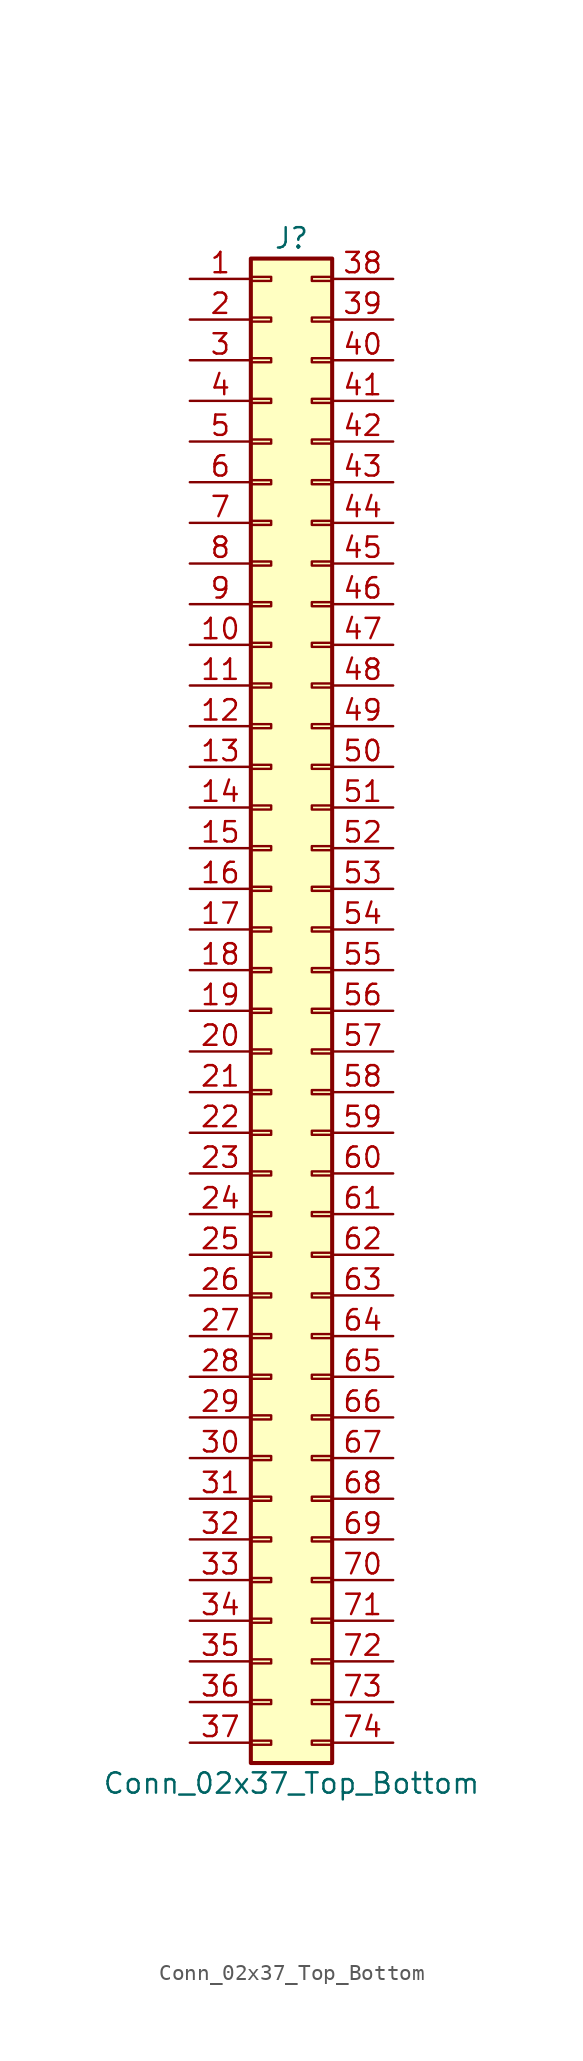
<source format=kicad_sym>
(kicad_symbol_lib
  (version 20201005)
  (generator kicad_symbol_editor)
  (symbol "Conn_02x37_Top_Bottom"
    (pin_names
      (offset 1.016) hide)
    (property "Reference" "J"
      (at 1.27 48.26 0)
      (effects (font (size 1.27 1.27))))
    (property "Value" "Conn_02x37_Top_Bottom"
      (at 1.27 -48.26 0)
      (effects (font (size 1.27 1.27))))
    (symbol "Conn_02x37_Top_Bottom_1_1"
      (rectangle (start -1.27 -45.593) (end 0 -45.847) (stroke (width 0.152)) (fill (type none)))
      (rectangle (start -1.27 -43.053) (end 0 -43.307) (stroke (width 0.152)) (fill (type none)))
      (rectangle (start -1.27 -40.513) (end 0 -40.767) (stroke (width 0.152)) (fill (type none)))
      (rectangle (start -1.27 -37.973) (end 0 -38.227) (stroke (width 0.152)) (fill (type none)))
      (rectangle (start -1.27 -35.433) (end 0 -35.687) (stroke (width 0.152)) (fill (type none)))
      (rectangle (start -1.27 -32.893) (end 0 -33.147) (stroke (width 0.152)) (fill (type none)))
      (rectangle (start -1.27 -30.353) (end 0 -30.607) (stroke (width 0.152)) (fill (type none)))
      (rectangle (start -1.27 -27.813) (end 0 -28.067) (stroke (width 0.152)) (fill (type none)))
      (rectangle (start -1.27 -25.273) (end 0 -25.527) (stroke (width 0.152)) (fill (type none)))
      (rectangle (start -1.27 -22.733) (end 0 -22.987) (stroke (width 0.152)) (fill (type none)))
      (rectangle (start -1.27 -20.193) (end 0 -20.447) (stroke (width 0.152)) (fill (type none)))
      (rectangle (start -1.27 -17.653) (end 0 -17.907) (stroke (width 0.152)) (fill (type none)))
      (rectangle (start -1.27 -15.113) (end 0 -15.367) (stroke (width 0.152)) (fill (type none)))
      (rectangle (start -1.27 -12.573) (end 0 -12.827) (stroke (width 0.152)) (fill (type none)))
      (rectangle (start -1.27 -10.033) (end 0 -10.287) (stroke (width 0.152)) (fill (type none)))
      (rectangle (start -1.27 -7.493) (end 0 -7.747) (stroke (width 0.152)) (fill (type none)))
      (rectangle (start -1.27 -4.953) (end 0 -5.207) (stroke (width 0.152)) (fill (type none)))
      (rectangle (start -1.27 -2.413) (end 0 -2.667) (stroke (width 0.152)) (fill (type none)))
      (rectangle (start -1.27 0.127) (end 0 -0.127) (stroke (width 0.152)) (fill (type none)))
      (rectangle (start -1.27 2.667) (end 0 2.413) (stroke (width 0.152)) (fill (type none)))
      (rectangle (start -1.27 5.207) (end 0 4.953) (stroke (width 0.152)) (fill (type none)))
      (rectangle (start -1.27 7.747) (end 0 7.493) (stroke (width 0.152)) (fill (type none)))
      (rectangle (start -1.27 10.287) (end 0 10.033) (stroke (width 0.152)) (fill (type none)))
      (rectangle (start -1.27 12.827) (end 0 12.573) (stroke (width 0.152)) (fill (type none)))
      (rectangle (start -1.27 15.367) (end 0 15.113) (stroke (width 0.152)) (fill (type none)))
      (rectangle (start -1.27 17.907) (end 0 17.653) (stroke (width 0.152)) (fill (type none)))
      (rectangle (start -1.27 20.447) (end 0 20.193) (stroke (width 0.152)) (fill (type none)))
      (rectangle (start -1.27 22.987) (end 0 22.733) (stroke (width 0.152)) (fill (type none)))
      (rectangle (start -1.27 25.527) (end 0 25.273) (stroke (width 0.152)) (fill (type none)))
      (rectangle (start -1.27 28.067) (end 0 27.813) (stroke (width 0.152)) (fill (type none)))
      (rectangle (start -1.27 30.607) (end 0 30.353) (stroke (width 0.152)) (fill (type none)))
      (rectangle (start -1.27 33.147) (end 0 32.893) (stroke (width 0.152)) (fill (type none)))
      (rectangle (start -1.27 35.687) (end 0 35.433) (stroke (width 0.152)) (fill (type none)))
      (rectangle (start -1.27 38.227) (end 0 37.973) (stroke (width 0.152)) (fill (type none)))
      (rectangle (start -1.27 40.767) (end 0 40.513) (stroke (width 0.152)) (fill (type none)))
      (rectangle (start -1.27 43.307) (end 0 43.053) (stroke (width 0.152)) (fill (type none)))
      (rectangle (start -1.27 45.847) (end 0 45.593) (stroke (width 0.152)) (fill (type none)))
      (rectangle (start -1.27 46.99) (end 3.81 -46.99) (stroke (width 0.254)) (fill (type background)))
      (rectangle (start 3.81 -45.593) (end 2.54 -45.847) (stroke (width 0.152)) (fill (type none)))
      (rectangle (start 3.81 -43.053) (end 2.54 -43.307) (stroke (width 0.152)) (fill (type none)))
      (rectangle (start 3.81 -40.513) (end 2.54 -40.767) (stroke (width 0.152)) (fill (type none)))
      (rectangle (start 3.81 -37.973) (end 2.54 -38.227) (stroke (width 0.152)) (fill (type none)))
      (rectangle (start 3.81 -35.433) (end 2.54 -35.687) (stroke (width 0.152)) (fill (type none)))
      (rectangle (start 3.81 -32.893) (end 2.54 -33.147) (stroke (width 0.152)) (fill (type none)))
      (rectangle (start 3.81 -30.353) (end 2.54 -30.607) (stroke (width 0.152)) (fill (type none)))
      (rectangle (start 3.81 -27.813) (end 2.54 -28.067) (stroke (width 0.152)) (fill (type none)))
      (rectangle (start 3.81 -25.273) (end 2.54 -25.527) (stroke (width 0.152)) (fill (type none)))
      (rectangle (start 3.81 -22.733) (end 2.54 -22.987) (stroke (width 0.152)) (fill (type none)))
      (rectangle (start 3.81 -20.193) (end 2.54 -20.447) (stroke (width 0.152)) (fill (type none)))
      (rectangle (start 3.81 -17.653) (end 2.54 -17.907) (stroke (width 0.152)) (fill (type none)))
      (rectangle (start 3.81 -15.113) (end 2.54 -15.367) (stroke (width 0.152)) (fill (type none)))
      (rectangle (start 3.81 -12.573) (end 2.54 -12.827) (stroke (width 0.152)) (fill (type none)))
      (rectangle (start 3.81 -10.033) (end 2.54 -10.287) (stroke (width 0.152)) (fill (type none)))
      (rectangle (start 3.81 -7.493) (end 2.54 -7.747) (stroke (width 0.152)) (fill (type none)))
      (rectangle (start 3.81 -4.953) (end 2.54 -5.207) (stroke (width 0.152)) (fill (type none)))
      (rectangle (start 3.81 -2.413) (end 2.54 -2.667) (stroke (width 0.152)) (fill (type none)))
      (rectangle (start 3.81 0.127) (end 2.54 -0.127) (stroke (width 0.152)) (fill (type none)))
      (rectangle (start 3.81 2.667) (end 2.54 2.413) (stroke (width 0.152)) (fill (type none)))
      (rectangle (start 3.81 5.207) (end 2.54 4.953) (stroke (width 0.152)) (fill (type none)))
      (rectangle (start 3.81 7.747) (end 2.54 7.493) (stroke (width 0.152)) (fill (type none)))
      (rectangle (start 3.81 10.287) (end 2.54 10.033) (stroke (width 0.152)) (fill (type none)))
      (rectangle (start 3.81 12.827) (end 2.54 12.573) (stroke (width 0.152)) (fill (type none)))
      (rectangle (start 3.81 15.367) (end 2.54 15.113) (stroke (width 0.152)) (fill (type none)))
      (rectangle (start 3.81 17.907) (end 2.54 17.653) (stroke (width 0.152)) (fill (type none)))
      (rectangle (start 3.81 20.447) (end 2.54 20.193) (stroke (width 0.152)) (fill (type none)))
      (rectangle (start 3.81 22.987) (end 2.54 22.733) (stroke (width 0.152)) (fill (type none)))
      (rectangle (start 3.81 25.527) (end 2.54 25.273) (stroke (width 0.152)) (fill (type none)))
      (rectangle (start 3.81 28.067) (end 2.54 27.813) (stroke (width 0.152)) (fill (type none)))
      (rectangle (start 3.81 30.607) (end 2.54 30.353) (stroke (width 0.152)) (fill (type none)))
      (rectangle (start 3.81 33.147) (end 2.54 32.893) (stroke (width 0.152)) (fill (type none)))
      (rectangle (start 3.81 35.687) (end 2.54 35.433) (stroke (width 0.152)) (fill (type none)))
      (rectangle (start 3.81 38.227) (end 2.54 37.973) (stroke (width 0.152)) (fill (type none)))
      (rectangle (start 3.81 40.767) (end 2.54 40.513) (stroke (width 0.152)) (fill (type none)))
      (rectangle (start 3.81 43.307) (end 2.54 43.053) (stroke (width 0.152)) (fill (type none)))
      (rectangle (start 3.81 45.847) (end 2.54 45.593) (stroke (width 0.152)) (fill (type none)))
      (pin passive line (at -5.08 45.72 0) (length 3.81) (name "Pin_1" (effects (font (size 1.27 1.27)))) (number "1" (effects (font (size 1.27 1.27)))))
      (pin passive line (at -5.08 22.86 0) (length 3.81) (name "Pin_10" (effects (font (size 1.27 1.27)))) (number "10" (effects (font (size 1.27 1.27)))))
      (pin passive line (at -5.08 20.32 0) (length 3.81) (name "Pin_11" (effects (font (size 1.27 1.27)))) (number "11" (effects (font (size 1.27 1.27)))))
      (pin passive line (at -5.08 17.78 0) (length 3.81) (name "Pin_12" (effects (font (size 1.27 1.27)))) (number "12" (effects (font (size 1.27 1.27)))))
      (pin passive line (at -5.08 15.24 0) (length 3.81) (name "Pin_13" (effects (font (size 1.27 1.27)))) (number "13" (effects (font (size 1.27 1.27)))))
      (pin passive line (at -5.08 12.7 0) (length 3.81) (name "Pin_14" (effects (font (size 1.27 1.27)))) (number "14" (effects (font (size 1.27 1.27)))))
      (pin passive line (at -5.08 10.16 0) (length 3.81) (name "Pin_15" (effects (font (size 1.27 1.27)))) (number "15" (effects (font (size 1.27 1.27)))))
      (pin passive line (at -5.08 7.62 0) (length 3.81) (name "Pin_16" (effects (font (size 1.27 1.27)))) (number "16" (effects (font (size 1.27 1.27)))))
      (pin passive line (at -5.08 5.08 0) (length 3.81) (name "Pin_17" (effects (font (size 1.27 1.27)))) (number "17" (effects (font (size 1.27 1.27)))))
      (pin passive line (at -5.08 2.54 0) (length 3.81) (name "Pin_18" (effects (font (size 1.27 1.27)))) (number "18" (effects (font (size 1.27 1.27)))))
      (pin passive line (at -5.08 0 0) (length 3.81) (name "Pin_19" (effects (font (size 1.27 1.27)))) (number "19" (effects (font (size 1.27 1.27)))))
      (pin passive line (at -5.08 43.18 0) (length 3.81) (name "Pin_2" (effects (font (size 1.27 1.27)))) (number "2" (effects (font (size 1.27 1.27)))))
      (pin passive line (at -5.08 -2.54 0) (length 3.81) (name "Pin_20" (effects (font (size 1.27 1.27)))) (number "20" (effects (font (size 1.27 1.27)))))
      (pin passive line (at -5.08 -5.08 0) (length 3.81) (name "Pin_21" (effects (font (size 1.27 1.27)))) (number "21" (effects (font (size 1.27 1.27)))))
      (pin passive line (at -5.08 -7.62 0) (length 3.81) (name "Pin_22" (effects (font (size 1.27 1.27)))) (number "22" (effects (font (size 1.27 1.27)))))
      (pin passive line (at -5.08 -10.16 0) (length 3.81) (name "Pin_23" (effects (font (size 1.27 1.27)))) (number "23" (effects (font (size 1.27 1.27)))))
      (pin passive line (at -5.08 -12.7 0) (length 3.81) (name "Pin_24" (effects (font (size 1.27 1.27)))) (number "24" (effects (font (size 1.27 1.27)))))
      (pin passive line (at -5.08 -15.24 0) (length 3.81) (name "Pin_25" (effects (font (size 1.27 1.27)))) (number "25" (effects (font (size 1.27 1.27)))))
      (pin passive line (at -5.08 -17.78 0) (length 3.81) (name "Pin_26" (effects (font (size 1.27 1.27)))) (number "26" (effects (font (size 1.27 1.27)))))
      (pin passive line (at -5.08 -20.32 0) (length 3.81) (name "Pin_27" (effects (font (size 1.27 1.27)))) (number "27" (effects (font (size 1.27 1.27)))))
      (pin passive line (at -5.08 -22.86 0) (length 3.81) (name "Pin_28" (effects (font (size 1.27 1.27)))) (number "28" (effects (font (size 1.27 1.27)))))
      (pin passive line (at -5.08 -25.4 0) (length 3.81) (name "Pin_29" (effects (font (size 1.27 1.27)))) (number "29" (effects (font (size 1.27 1.27)))))
      (pin passive line (at -5.08 40.64 0) (length 3.81) (name "Pin_3" (effects (font (size 1.27 1.27)))) (number "3" (effects (font (size 1.27 1.27)))))
      (pin passive line (at -5.08 -27.94 0) (length 3.81) (name "Pin_30" (effects (font (size 1.27 1.27)))) (number "30" (effects (font (size 1.27 1.27)))))
      (pin passive line (at -5.08 -30.48 0) (length 3.81) (name "Pin_31" (effects (font (size 1.27 1.27)))) (number "31" (effects (font (size 1.27 1.27)))))
      (pin passive line (at -5.08 -33.02 0) (length 3.81) (name "Pin_32" (effects (font (size 1.27 1.27)))) (number "32" (effects (font (size 1.27 1.27)))))
      (pin passive line (at -5.08 -35.56 0) (length 3.81) (name "Pin_33" (effects (font (size 1.27 1.27)))) (number "33" (effects (font (size 1.27 1.27)))))
      (pin passive line (at -5.08 -38.1 0) (length 3.81) (name "Pin_34" (effects (font (size 1.27 1.27)))) (number "34" (effects (font (size 1.27 1.27)))))
      (pin passive line (at -5.08 -40.64 0) (length 3.81) (name "Pin_35" (effects (font (size 1.27 1.27)))) (number "35" (effects (font (size 1.27 1.27)))))
      (pin passive line (at -5.08 -43.18 0) (length 3.81) (name "Pin_36" (effects (font (size 1.27 1.27)))) (number "36" (effects (font (size 1.27 1.27)))))
      (pin passive line (at -5.08 -45.72 0) (length 3.81) (name "Pin_37" (effects (font (size 1.27 1.27)))) (number "37" (effects (font (size 1.27 1.27)))))
      (pin passive line (at 7.62 45.72 180) (length 3.81) (name "Pin_38" (effects (font (size 1.27 1.27)))) (number "38" (effects (font (size 1.27 1.27)))))
      (pin passive line (at 7.62 43.18 180) (length 3.81) (name "Pin_39" (effects (font (size 1.27 1.27)))) (number "39" (effects (font (size 1.27 1.27)))))
      (pin passive line (at -5.08 38.1 0) (length 3.81) (name "Pin_4" (effects (font (size 1.27 1.27)))) (number "4" (effects (font (size 1.27 1.27)))))
      (pin passive line (at 7.62 40.64 180) (length 3.81) (name "Pin_40" (effects (font (size 1.27 1.27)))) (number "40" (effects (font (size 1.27 1.27)))))
      (pin passive line (at 7.62 38.1 180) (length 3.81) (name "Pin_41" (effects (font (size 1.27 1.27)))) (number "41" (effects (font (size 1.27 1.27)))))
      (pin passive line (at 7.62 35.56 180) (length 3.81) (name "Pin_42" (effects (font (size 1.27 1.27)))) (number "42" (effects (font (size 1.27 1.27)))))
      (pin passive line (at 7.62 33.02 180) (length 3.81) (name "Pin_43" (effects (font (size 1.27 1.27)))) (number "43" (effects (font (size 1.27 1.27)))))
      (pin passive line (at 7.62 30.48 180) (length 3.81) (name "Pin_44" (effects (font (size 1.27 1.27)))) (number "44" (effects (font (size 1.27 1.27)))))
      (pin passive line (at 7.62 27.94 180) (length 3.81) (name "Pin_45" (effects (font (size 1.27 1.27)))) (number "45" (effects (font (size 1.27 1.27)))))
      (pin passive line (at 7.62 25.4 180) (length 3.81) (name "Pin_46" (effects (font (size 1.27 1.27)))) (number "46" (effects (font (size 1.27 1.27)))))
      (pin passive line (at 7.62 22.86 180) (length 3.81) (name "Pin_47" (effects (font (size 1.27 1.27)))) (number "47" (effects (font (size 1.27 1.27)))))
      (pin passive line (at 7.62 20.32 180) (length 3.81) (name "Pin_48" (effects (font (size 1.27 1.27)))) (number "48" (effects (font (size 1.27 1.27)))))
      (pin passive line (at 7.62 17.78 180) (length 3.81) (name "Pin_49" (effects (font (size 1.27 1.27)))) (number "49" (effects (font (size 1.27 1.27)))))
      (pin passive line (at -5.08 35.56 0) (length 3.81) (name "Pin_5" (effects (font (size 1.27 1.27)))) (number "5" (effects (font (size 1.27 1.27)))))
      (pin passive line (at 7.62 15.24 180) (length 3.81) (name "Pin_50" (effects (font (size 1.27 1.27)))) (number "50" (effects (font (size 1.27 1.27)))))
      (pin passive line (at 7.62 12.7 180) (length 3.81) (name "Pin_51" (effects (font (size 1.27 1.27)))) (number "51" (effects (font (size 1.27 1.27)))))
      (pin passive line (at 7.62 10.16 180) (length 3.81) (name "Pin_52" (effects (font (size 1.27 1.27)))) (number "52" (effects (font (size 1.27 1.27)))))
      (pin passive line (at 7.62 7.62 180) (length 3.81) (name "Pin_53" (effects (font (size 1.27 1.27)))) (number "53" (effects (font (size 1.27 1.27)))))
      (pin passive line (at 7.62 5.08 180) (length 3.81) (name "Pin_54" (effects (font (size 1.27 1.27)))) (number "54" (effects (font (size 1.27 1.27)))))
      (pin passive line (at 7.62 2.54 180) (length 3.81) (name "Pin_55" (effects (font (size 1.27 1.27)))) (number "55" (effects (font (size 1.27 1.27)))))
      (pin passive line (at 7.62 0 180) (length 3.81) (name "Pin_56" (effects (font (size 1.27 1.27)))) (number "56" (effects (font (size 1.27 1.27)))))
      (pin passive line (at 7.62 -2.54 180) (length 3.81) (name "Pin_57" (effects (font (size 1.27 1.27)))) (number "57" (effects (font (size 1.27 1.27)))))
      (pin passive line (at 7.62 -5.08 180) (length 3.81) (name "Pin_58" (effects (font (size 1.27 1.27)))) (number "58" (effects (font (size 1.27 1.27)))))
      (pin passive line (at 7.62 -7.62 180) (length 3.81) (name "Pin_59" (effects (font (size 1.27 1.27)))) (number "59" (effects (font (size 1.27 1.27)))))
      (pin passive line (at -5.08 33.02 0) (length 3.81) (name "Pin_6" (effects (font (size 1.27 1.27)))) (number "6" (effects (font (size 1.27 1.27)))))
      (pin passive line (at 7.62 -10.16 180) (length 3.81) (name "Pin_60" (effects (font (size 1.27 1.27)))) (number "60" (effects (font (size 1.27 1.27)))))
      (pin passive line (at 7.62 -12.7 180) (length 3.81) (name "Pin_61" (effects (font (size 1.27 1.27)))) (number "61" (effects (font (size 1.27 1.27)))))
      (pin passive line (at 7.62 -15.24 180) (length 3.81) (name "Pin_62" (effects (font (size 1.27 1.27)))) (number "62" (effects (font (size 1.27 1.27)))))
      (pin passive line (at 7.62 -17.78 180) (length 3.81) (name "Pin_63" (effects (font (size 1.27 1.27)))) (number "63" (effects (font (size 1.27 1.27)))))
      (pin passive line (at 7.62 -20.32 180) (length 3.81) (name "Pin_64" (effects (font (size 1.27 1.27)))) (number "64" (effects (font (size 1.27 1.27)))))
      (pin passive line (at 7.62 -22.86 180) (length 3.81) (name "Pin_65" (effects (font (size 1.27 1.27)))) (number "65" (effects (font (size 1.27 1.27)))))
      (pin passive line (at 7.62 -25.4 180) (length 3.81) (name "Pin_66" (effects (font (size 1.27 1.27)))) (number "66" (effects (font (size 1.27 1.27)))))
      (pin passive line (at 7.62 -27.94 180) (length 3.81) (name "Pin_67" (effects (font (size 1.27 1.27)))) (number "67" (effects (font (size 1.27 1.27)))))
      (pin passive line (at 7.62 -30.48 180) (length 3.81) (name "Pin_68" (effects (font (size 1.27 1.27)))) (number "68" (effects (font (size 1.27 1.27)))))
      (pin passive line (at 7.62 -33.02 180) (length 3.81) (name "Pin_69" (effects (font (size 1.27 1.27)))) (number "69" (effects (font (size 1.27 1.27)))))
      (pin passive line (at -5.08 30.48 0) (length 3.81) (name "Pin_7" (effects (font (size 1.27 1.27)))) (number "7" (effects (font (size 1.27 1.27)))))
      (pin passive line (at 7.62 -35.56 180) (length 3.81) (name "Pin_70" (effects (font (size 1.27 1.27)))) (number "70" (effects (font (size 1.27 1.27)))))
      (pin passive line (at 7.62 -38.1 180) (length 3.81) (name "Pin_71" (effects (font (size 1.27 1.27)))) (number "71" (effects (font (size 1.27 1.27)))))
      (pin passive line (at 7.62 -40.64 180) (length 3.81) (name "Pin_72" (effects (font (size 1.27 1.27)))) (number "72" (effects (font (size 1.27 1.27)))))
      (pin passive line (at 7.62 -43.18 180) (length 3.81) (name "Pin_73" (effects (font (size 1.27 1.27)))) (number "73" (effects (font (size 1.27 1.27)))))
      (pin passive line (at 7.62 -45.72 180) (length 3.81) (name "Pin_74" (effects (font (size 1.27 1.27)))) (number "74" (effects (font (size 1.27 1.27)))))
      (pin passive line (at -5.08 27.94 0) (length 3.81) (name "Pin_8" (effects (font (size 1.27 1.27)))) (number "8" (effects (font (size 1.27 1.27)))))
      (pin passive line (at -5.08 25.4 0) (length 3.81) (name "Pin_9" (effects (font (size 1.27 1.27)))) (number "9" (effects (font (size 1.27 1.27))))))))
</source>
